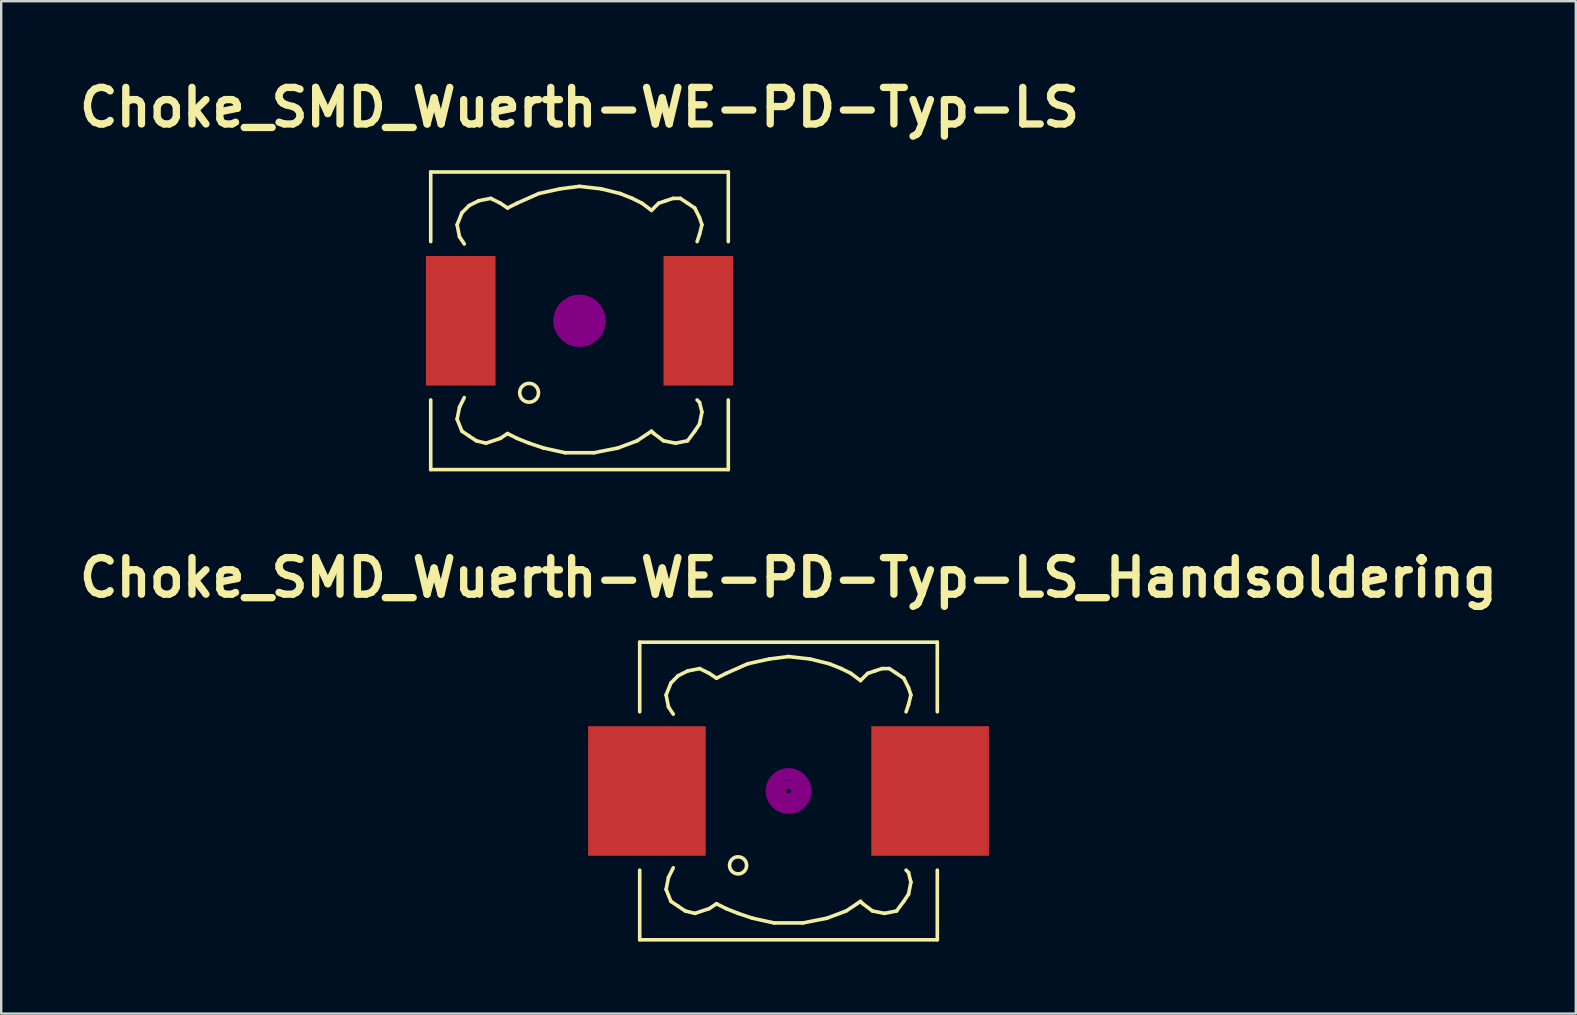
<source format=kicad_pcb>
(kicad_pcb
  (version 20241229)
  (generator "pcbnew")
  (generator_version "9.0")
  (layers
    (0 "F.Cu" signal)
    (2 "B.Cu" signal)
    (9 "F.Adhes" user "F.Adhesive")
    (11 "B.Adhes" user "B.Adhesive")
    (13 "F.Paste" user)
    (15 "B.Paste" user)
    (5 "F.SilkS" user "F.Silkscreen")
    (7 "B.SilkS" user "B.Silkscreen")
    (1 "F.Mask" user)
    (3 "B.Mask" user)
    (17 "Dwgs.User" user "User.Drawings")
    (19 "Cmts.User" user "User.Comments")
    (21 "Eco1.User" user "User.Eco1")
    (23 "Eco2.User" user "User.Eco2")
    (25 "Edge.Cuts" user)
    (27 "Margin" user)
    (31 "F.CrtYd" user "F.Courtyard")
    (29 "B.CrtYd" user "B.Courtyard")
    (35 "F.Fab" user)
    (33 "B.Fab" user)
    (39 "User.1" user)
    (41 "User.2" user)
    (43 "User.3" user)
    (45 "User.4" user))
  (footprint "Choke_SMD_Wuerth-WE-PD-Typ-LS_Handsoldering"
    (layer "F.Cu")
    (at 29.805 29.908)
    (property "Reference" "Choke_SMD_Wuerth-WE-PD-Typ-LS_Handsoldering" (at 0 -8.89 0) (layer "F.SilkS") (effects (font (size 1.524 1.524) (thickness 0.305))))
    (attr smd)
    (fp_line (start -6.2 -6.2) (end -6.2 -3.299) (stroke (width 0.15) (type solid)) (layer "F.SilkS"))
    (fp_line (start -6.2 3.299) (end -6.2 6.2) (stroke (width 0.15) (type solid)) (layer "F.SilkS"))
    (fp_line (start -6.2 6.2) (end 6.2 6.2) (stroke (width 0.15) (type solid)) (layer "F.SilkS"))
    (fp_line (start -5.1 -4) (end -5.001 -3.5) (stroke (width 0.15) (type solid)) (layer "F.SilkS"))
    (fp_line (start -5.1 4.1) (end -5.001 3.599) (stroke (width 0.15) (type solid)) (layer "F.SilkS"))
    (fp_line (start -5.001 -3.5) (end -4.801 -3.2) (stroke (width 0.15) (type solid)) (layer "F.SilkS"))
    (fp_line (start -5.001 3.599) (end -4.801 3.2) (stroke (width 0.15) (type solid)) (layer "F.SilkS"))
    (fp_line (start -4.9 -4.501) (end -5.1 -4) (stroke (width 0.15) (type solid)) (layer "F.SilkS"))
    (fp_line (start -4.9 4.6) (end -5.1 4.1) (stroke (width 0.15) (type solid)) (layer "F.SilkS"))
    (fp_line (start -4.6 -4.801) (end -4.9 -4.501) (stroke (width 0.15) (type solid)) (layer "F.SilkS"))
    (fp_line (start -4.6 4.801) (end -4.9 4.6) (stroke (width 0.15) (type solid)) (layer "F.SilkS"))
    (fp_line (start -4.3 5.001) (end -4.6 4.801) (stroke (width 0.15) (type solid)) (layer "F.SilkS"))
    (fp_line (start -4.201 -5.001) (end -4.6 -4.801) (stroke (width 0.15) (type solid)) (layer "F.SilkS"))
    (fp_line (start -3.899 5.1) (end -4.3 5.001) (stroke (width 0.15) (type solid)) (layer "F.SilkS"))
    (fp_line (start -3.701 -5.1) (end -4.201 -5.001) (stroke (width 0.15) (type solid)) (layer "F.SilkS"))
    (fp_line (start -3.299 -4.9) (end -3.701 -5.1) (stroke (width 0.15) (type solid)) (layer "F.SilkS"))
    (fp_line (start -3.299 4.9) (end -3.899 5.1) (stroke (width 0.15) (type solid)) (layer "F.SilkS"))
    (fp_line (start -3 -4.699) (end -3.299 -4.9) (stroke (width 0.15) (type solid)) (layer "F.SilkS"))
    (fp_line (start -3 4.699) (end -3.299 4.9) (stroke (width 0.15) (type solid)) (layer "F.SilkS"))
    (fp_line (start -2.601 -4.9) (end -3 -4.699) (stroke (width 0.15) (type solid)) (layer "F.SilkS"))
    (fp_line (start -2.601 4.9) (end -3 4.699) (stroke (width 0.15) (type solid)) (layer "F.SilkS"))
    (fp_line (start -2.101 5.1) (end -2.601 4.9) (stroke (width 0.15) (type solid)) (layer "F.SilkS"))
    (fp_line (start -1.699 -5.301) (end -2.601 -4.9) (stroke (width 0.15) (type solid)) (layer "F.SilkS"))
    (fp_line (start -1.501 5.301) (end -2.101 5.1) (stroke (width 0.15) (type solid)) (layer "F.SilkS"))
    (fp_line (start -0.8 -5.499) (end -1.699 -5.301) (stroke (width 0.15) (type solid)) (layer "F.SilkS"))
    (fp_line (start -0.599 5.499) (end -1.501 5.301) (stroke (width 0.15) (type solid)) (layer "F.SilkS"))
    (fp_line (start 0 -5.601) (end -0.8 -5.499) (stroke (width 0.15) (type solid)) (layer "F.SilkS"))
    (fp_line (start 0.599 5.499) (end -0.599 5.499) (stroke (width 0.15) (type solid)) (layer "F.SilkS"))
    (fp_line (start 0.899 -5.499) (end 0 -5.601) (stroke (width 0.15) (type solid)) (layer "F.SilkS"))
    (fp_line (start 1.6 5.301) (end 0.599 5.499) (stroke (width 0.15) (type solid)) (layer "F.SilkS"))
    (fp_line (start 1.699 -5.301) (end 0.899 -5.499) (stroke (width 0.15) (type solid)) (layer "F.SilkS"))
    (fp_line (start 2.2 -5.1) (end 1.699 -5.301) (stroke (width 0.15) (type solid)) (layer "F.SilkS"))
    (fp_line (start 2.4 5.001) (end 1.6 5.301) (stroke (width 0.15) (type solid)) (layer "F.SilkS"))
    (fp_line (start 2.601 -4.9) (end 2.2 -5.1) (stroke (width 0.15) (type solid)) (layer "F.SilkS"))
    (fp_line (start 3 -4.6) (end 2.601 -4.9) (stroke (width 0.15) (type solid)) (layer "F.SilkS"))
    (fp_line (start 3 4.6) (end 2.4 5.001) (stroke (width 0.15) (type solid)) (layer "F.SilkS"))
    (fp_line (start 3.099 4.699) (end 3 4.6) (stroke (width 0.15) (type solid)) (layer "F.SilkS"))
    (fp_line (start 3.299 -4.9) (end 3 -4.6) (stroke (width 0.15) (type solid)) (layer "F.SilkS"))
    (fp_line (start 3.5 5.001) (end 3.099 4.699) (stroke (width 0.15) (type solid)) (layer "F.SilkS"))
    (fp_line (start 3.599 -5.001) (end 3.299 -4.9) (stroke (width 0.15) (type solid)) (layer "F.SilkS"))
    (fp_line (start 3.899 -5.1) (end 3.599 -5.001) (stroke (width 0.15) (type solid)) (layer "F.SilkS"))
    (fp_line (start 4 5.1) (end 3.5 5.001) (stroke (width 0.15) (type solid)) (layer "F.SilkS"))
    (fp_line (start 4.201 -5.1) (end 3.899 -5.1) (stroke (width 0.15) (type solid)) (layer "F.SilkS"))
    (fp_line (start 4.501 -4.9) (end 4.201 -5.1) (stroke (width 0.15) (type solid)) (layer "F.SilkS"))
    (fp_line (start 4.501 5.001) (end 4 5.1) (stroke (width 0.15) (type solid)) (layer "F.SilkS"))
    (fp_line (start 4.801 -4.699) (end 4.501 -4.9) (stroke (width 0.15) (type solid)) (layer "F.SilkS"))
    (fp_line (start 4.801 4.6) (end 4.501 5.001) (stroke (width 0.15) (type solid)) (layer "F.SilkS"))
    (fp_line (start 4.9 -3.299) (end 5.001 -3.599) (stroke (width 0.15) (type solid)) (layer "F.SilkS"))
    (fp_line (start 4.9 3.299) (end 5.001 3.401) (stroke (width 0.15) (type solid)) (layer "F.SilkS"))
    (fp_line (start 5.001 -4.3) (end 4.801 -4.699) (stroke (width 0.15) (type solid)) (layer "F.SilkS"))
    (fp_line (start 5.001 -3.599) (end 5.1 -4) (stroke (width 0.15) (type solid)) (layer "F.SilkS"))
    (fp_line (start 5.001 3.401) (end 5.1 3.8) (stroke (width 0.15) (type solid)) (layer "F.SilkS"))
    (fp_line (start 5.001 4.3) (end 4.801 4.6) (stroke (width 0.15) (type solid)) (layer "F.SilkS"))
    (fp_line (start 5.1 -4) (end 5.001 -4.3) (stroke (width 0.15) (type solid)) (layer "F.SilkS"))
    (fp_line (start 5.1 3.8) (end 5.001 4.3) (stroke (width 0.15) (type solid)) (layer "F.SilkS"))
    (fp_line (start 6.2 -6.2) (end -6.2 -6.2) (stroke (width 0.15) (type solid)) (layer "F.SilkS"))
    (fp_line (start 6.2 -6.2) (end 6.2 -3.299) (stroke (width 0.15) (type solid)) (layer "F.SilkS"))
    (fp_line (start 6.2 6.2) (end 6.2 3.299) (stroke (width 0.15) (type solid)) (layer "F.SilkS"))
    (fp_circle (center -2.101 3.099) (end -1.849 3.35) (stroke (width 0.15) (type solid)) (fill no) (layer "F.SilkS"))
    (fp_circle (center 0 0) (end 0.1 0) (stroke (width 0.305) (type solid)) (fill no) (layer "F.Adhes"))
    (fp_circle (center 0 0) (end 0.3 0) (stroke (width 0.305) (type solid)) (fill no) (layer "F.Adhes"))
    (fp_circle (center 0 0) (end 0.6 0) (stroke (width 0.305) (type solid)) (fill no) (layer "F.Adhes"))
    (fp_circle (center 0 0) (end 0.8 0) (stroke (width 0.305) (type solid)) (fill no) (layer "F.Adhes"))
    (pad "1" smd rect (at -5.9 0) (size 4.9 5.4) (layers "F.Cu" "F.Mask" "F.Paste"))
    (pad "2" smd rect (at 5.9 0) (size 4.9 5.4) (layers "F.Cu" "F.Mask" "F.Paste")))
  (footprint "Choke_SMD_Wuerth-WE-PD-Typ-LS"
    (layer "F.Cu")
    (at 21.097 10.316)
    (property "Reference" "Choke_SMD_Wuerth-WE-PD-Typ-LS" (at 0 -8.89 0) (layer "F.SilkS") (effects (font (size 1.524 1.524) (thickness 0.305))))
    (attr smd)
    (fp_line (start -6.2 -6.2) (end -6.2 -3.299) (stroke (width 0.15) (type solid)) (layer "F.SilkS"))
    (fp_line (start -6.2 3.299) (end -6.2 6.2) (stroke (width 0.15) (type solid)) (layer "F.SilkS"))
    (fp_line (start -6.2 6.2) (end 6.2 6.2) (stroke (width 0.15) (type solid)) (layer "F.SilkS"))
    (fp_line (start -5.1 -4) (end -5.001 -3.5) (stroke (width 0.15) (type solid)) (layer "F.SilkS"))
    (fp_line (start -5.1 4.1) (end -5.001 3.599) (stroke (width 0.15) (type solid)) (layer "F.SilkS"))
    (fp_line (start -5.001 -3.5) (end -4.801 -3.2) (stroke (width 0.15) (type solid)) (layer "F.SilkS"))
    (fp_line (start -5.001 3.599) (end -4.801 3.2) (stroke (width 0.15) (type solid)) (layer "F.SilkS"))
    (fp_line (start -4.9 -4.501) (end -5.1 -4) (stroke (width 0.15) (type solid)) (layer "F.SilkS"))
    (fp_line (start -4.9 4.6) (end -5.1 4.1) (stroke (width 0.15) (type solid)) (layer "F.SilkS"))
    (fp_line (start -4.6 -4.801) (end -4.9 -4.501) (stroke (width 0.15) (type solid)) (layer "F.SilkS"))
    (fp_line (start -4.6 4.801) (end -4.9 4.6) (stroke (width 0.15) (type solid)) (layer "F.SilkS"))
    (fp_line (start -4.3 5.001) (end -4.6 4.801) (stroke (width 0.15) (type solid)) (layer "F.SilkS"))
    (fp_line (start -4.201 -5.001) (end -4.6 -4.801) (stroke (width 0.15) (type solid)) (layer "F.SilkS"))
    (fp_line (start -3.899 5.1) (end -4.3 5.001) (stroke (width 0.15) (type solid)) (layer "F.SilkS"))
    (fp_line (start -3.701 -5.1) (end -4.201 -5.001) (stroke (width 0.15) (type solid)) (layer "F.SilkS"))
    (fp_line (start -3.299 -4.9) (end -3.701 -5.1) (stroke (width 0.15) (type solid)) (layer "F.SilkS"))
    (fp_line (start -3.299 4.9) (end -3.899 5.1) (stroke (width 0.15) (type solid)) (layer "F.SilkS"))
    (fp_line (start -3 -4.699) (end -3.299 -4.9) (stroke (width 0.15) (type solid)) (layer "F.SilkS"))
    (fp_line (start -3 4.699) (end -3.299 4.9) (stroke (width 0.15) (type solid)) (layer "F.SilkS"))
    (fp_line (start -2.601 -4.9) (end -3 -4.699) (stroke (width 0.15) (type solid)) (layer "F.SilkS"))
    (fp_line (start -2.601 4.9) (end -3 4.699) (stroke (width 0.15) (type solid)) (layer "F.SilkS"))
    (fp_line (start -2.101 5.1) (end -2.601 4.9) (stroke (width 0.15) (type solid)) (layer "F.SilkS"))
    (fp_line (start -1.699 -5.301) (end -2.601 -4.9) (stroke (width 0.15) (type solid)) (layer "F.SilkS"))
    (fp_line (start -1.501 5.301) (end -2.101 5.1) (stroke (width 0.15) (type solid)) (layer "F.SilkS"))
    (fp_line (start -0.8 -5.499) (end -1.699 -5.301) (stroke (width 0.15) (type solid)) (layer "F.SilkS"))
    (fp_line (start -0.599 5.499) (end -1.501 5.301) (stroke (width 0.15) (type solid)) (layer "F.SilkS"))
    (fp_line (start 0 -5.601) (end -0.8 -5.499) (stroke (width 0.15) (type solid)) (layer "F.SilkS"))
    (fp_line (start 0.599 5.499) (end -0.599 5.499) (stroke (width 0.15) (type solid)) (layer "F.SilkS"))
    (fp_line (start 0.899 -5.499) (end 0 -5.601) (stroke (width 0.15) (type solid)) (layer "F.SilkS"))
    (fp_line (start 1.6 5.301) (end 0.599 5.499) (stroke (width 0.15) (type solid)) (layer "F.SilkS"))
    (fp_line (start 1.699 -5.301) (end 0.899 -5.499) (stroke (width 0.15) (type solid)) (layer "F.SilkS"))
    (fp_line (start 2.2 -5.1) (end 1.699 -5.301) (stroke (width 0.15) (type solid)) (layer "F.SilkS"))
    (fp_line (start 2.4 5.001) (end 1.6 5.301) (stroke (width 0.15) (type solid)) (layer "F.SilkS"))
    (fp_line (start 2.601 -4.9) (end 2.2 -5.1) (stroke (width 0.15) (type solid)) (layer "F.SilkS"))
    (fp_line (start 3 -4.6) (end 2.601 -4.9) (stroke (width 0.15) (type solid)) (layer "F.SilkS"))
    (fp_line (start 3 4.6) (end 2.4 5.001) (stroke (width 0.15) (type solid)) (layer "F.SilkS"))
    (fp_line (start 3.099 4.699) (end 3 4.6) (stroke (width 0.15) (type solid)) (layer "F.SilkS"))
    (fp_line (start 3.299 -4.9) (end 3 -4.6) (stroke (width 0.15) (type solid)) (layer "F.SilkS"))
    (fp_line (start 3.5 5.001) (end 3.099 4.699) (stroke (width 0.15) (type solid)) (layer "F.SilkS"))
    (fp_line (start 3.599 -5.001) (end 3.299 -4.9) (stroke (width 0.15) (type solid)) (layer "F.SilkS"))
    (fp_line (start 3.899 -5.1) (end 3.599 -5.001) (stroke (width 0.15) (type solid)) (layer "F.SilkS"))
    (fp_line (start 4 5.1) (end 3.5 5.001) (stroke (width 0.15) (type solid)) (layer "F.SilkS"))
    (fp_line (start 4.201 -5.1) (end 3.899 -5.1) (stroke (width 0.15) (type solid)) (layer "F.SilkS"))
    (fp_line (start 4.501 -4.9) (end 4.201 -5.1) (stroke (width 0.15) (type solid)) (layer "F.SilkS"))
    (fp_line (start 4.501 5.001) (end 4 5.1) (stroke (width 0.15) (type solid)) (layer "F.SilkS"))
    (fp_line (start 4.801 -4.699) (end 4.501 -4.9) (stroke (width 0.15) (type solid)) (layer "F.SilkS"))
    (fp_line (start 4.801 4.6) (end 4.501 5.001) (stroke (width 0.15) (type solid)) (layer "F.SilkS"))
    (fp_line (start 4.9 -3.299) (end 5.001 -3.599) (stroke (width 0.15) (type solid)) (layer "F.SilkS"))
    (fp_line (start 4.9 3.299) (end 5.001 3.401) (stroke (width 0.15) (type solid)) (layer "F.SilkS"))
    (fp_line (start 5.001 -4.3) (end 4.801 -4.699) (stroke (width 0.15) (type solid)) (layer "F.SilkS"))
    (fp_line (start 5.001 -3.599) (end 5.1 -4) (stroke (width 0.15) (type solid)) (layer "F.SilkS"))
    (fp_line (start 5.001 3.401) (end 5.1 3.8) (stroke (width 0.15) (type solid)) (layer "F.SilkS"))
    (fp_line (start 5.001 4.3) (end 4.801 4.6) (stroke (width 0.15) (type solid)) (layer "F.SilkS"))
    (fp_line (start 5.1 -4) (end 5.001 -4.3) (stroke (width 0.15) (type solid)) (layer "F.SilkS"))
    (fp_line (start 5.1 3.8) (end 5.001 4.3) (stroke (width 0.15) (type solid)) (layer "F.SilkS"))
    (fp_line (start 6.2 -6.2) (end -6.2 -6.2) (stroke (width 0.15) (type solid)) (layer "F.SilkS"))
    (fp_line (start 6.2 -6.2) (end 6.2 -3.299) (stroke (width 0.15) (type solid)) (layer "F.SilkS"))
    (fp_line (start 6.2 6.2) (end 6.2 3.299) (stroke (width 0.15) (type solid)) (layer "F.SilkS"))
    (fp_circle (center -2.101 3) (end -1.801 3.251) (stroke (width 0.15) (type solid)) (fill no) (layer "F.SilkS"))
    (fp_circle (center 0 0) (end 0.15 0.15) (stroke (width 0.381) (type solid)) (fill no) (layer "F.Adhes"))
    (fp_circle (center 0 0) (end 0.551 0) (stroke (width 0.381) (type solid)) (fill no) (layer "F.Adhes"))
    (fp_circle (center 0 0) (end 0.899 0) (stroke (width 0.381) (type solid)) (fill no) (layer "F.Adhes"))
    (pad "1" smd rect (at -4.95 0) (size 2.901 5.4) (layers "F.Cu" "F.Mask" "F.Paste"))
    (pad "2" smd rect (at 4.95 0) (size 2.901 5.4) (layers "F.Cu" "F.Mask" "F.Paste")))
  (gr_rect
    (start -3 -3)
    (end 62.61 39.183)
    (stroke (width 0.1) (type default))
    (fill no)
    (layer "Edge.Cuts")))
</source>
